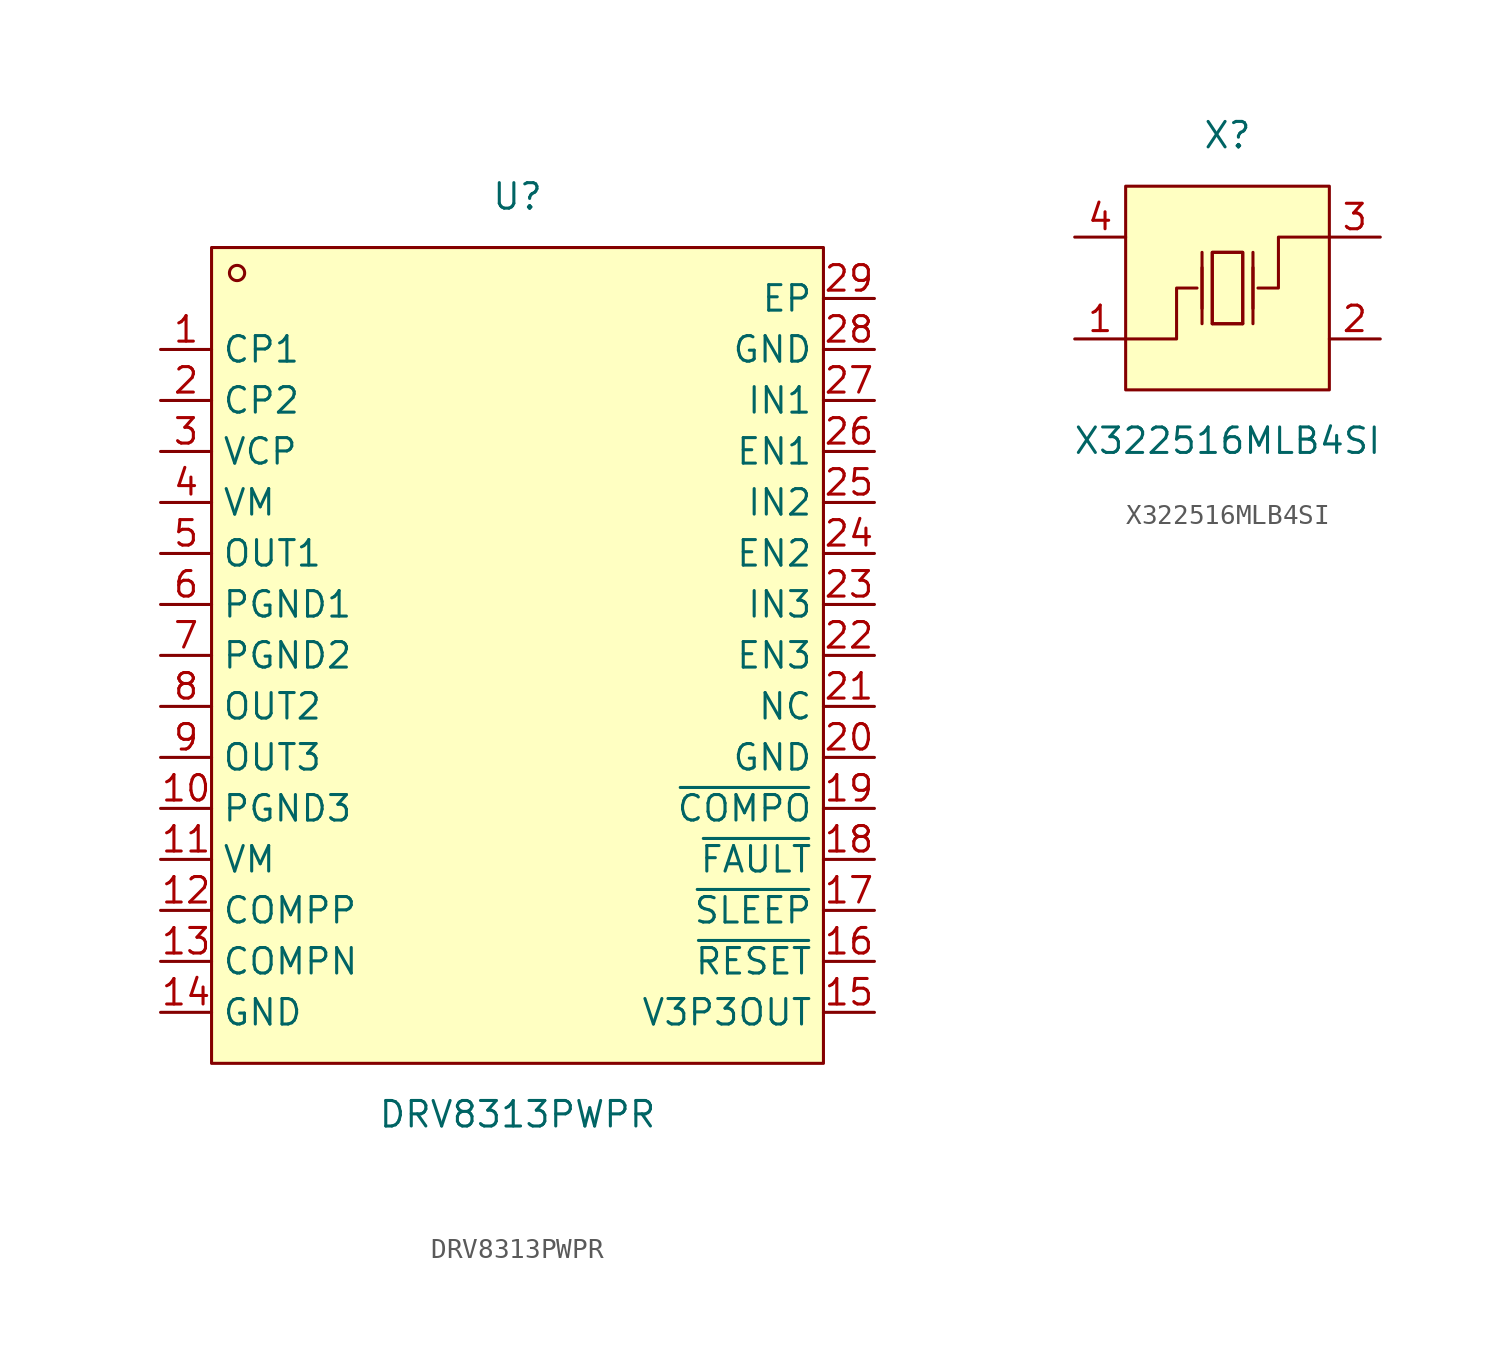
<source format=kicad_sym>
(kicad_symbol_lib
  (version 20220914)
  (generator https://github.com/uPesy/easyeda2kicad.py)
  (symbol "DRV8313PWPR"
    (property "Reference" "U"
      (at 0 22.86 0)
      (effects (font (size 1.27 1.27))))
    (property "Value" "DRV8313PWPR"
      (at 0 -22.86 0)
      (effects (font (size 1.27 1.27))))
    (symbol "DRV8313PWPR_0_1"
      (rectangle (start -15.24 20.32) (end 15.24 -20.32) (stroke (width 0) (type default) (color 0 0 0 0)) (fill (type background)))
      (circle (center -13.97 19.05) (radius 0.38) (stroke (width 0) (type default) (color 0 0 0 0)) (fill (type none)))
      (pin unspecified line (at -17.78 15.24 0) (length 2.54) (name "CP1" (effects (font (size 1.27 1.27)))) (number "1" (effects (font (size 1.27 1.27)))))
      (pin unspecified line (at -17.78 12.70 0) (length 2.54) (name "CP2" (effects (font (size 1.27 1.27)))) (number "2" (effects (font (size 1.27 1.27)))))
      (pin unspecified line (at -17.78 10.16 0) (length 2.54) (name "VCP" (effects (font (size 1.27 1.27)))) (number "3" (effects (font (size 1.27 1.27)))))
      (pin unspecified line (at -17.78 7.62 0) (length 2.54) (name "VM" (effects (font (size 1.27 1.27)))) (number "4" (effects (font (size 1.27 1.27)))))
      (pin unspecified line (at -17.78 5.08 0) (length 2.54) (name "OUT1" (effects (font (size 1.27 1.27)))) (number "5" (effects (font (size 1.27 1.27)))))
      (pin unspecified line (at -17.78 2.54 0) (length 2.54) (name "PGND1" (effects (font (size 1.27 1.27)))) (number "6" (effects (font (size 1.27 1.27)))))
      (pin unspecified line (at -17.78 -0.00 0) (length 2.54) (name "PGND2" (effects (font (size 1.27 1.27)))) (number "7" (effects (font (size 1.27 1.27)))))
      (pin unspecified line (at -17.78 -2.54 0) (length 2.54) (name "OUT2" (effects (font (size 1.27 1.27)))) (number "8" (effects (font (size 1.27 1.27)))))
      (pin unspecified line (at -17.78 -5.08 0) (length 2.54) (name "OUT3" (effects (font (size 1.27 1.27)))) (number "9" (effects (font (size 1.27 1.27)))))
      (pin unspecified line (at -17.78 -7.62 0) (length 2.54) (name "PGND3" (effects (font (size 1.27 1.27)))) (number "10" (effects (font (size 1.27 1.27)))))
      (pin unspecified line (at -17.78 -10.16 0) (length 2.54) (name "VM" (effects (font (size 1.27 1.27)))) (number "11" (effects (font (size 1.27 1.27)))))
      (pin unspecified line (at -17.78 -12.70 0) (length 2.54) (name "COMPP" (effects (font (size 1.27 1.27)))) (number "12" (effects (font (size 1.27 1.27)))))
      (pin unspecified line (at -17.78 -15.24 0) (length 2.54) (name "COMPN" (effects (font (size 1.27 1.27)))) (number "13" (effects (font (size 1.27 1.27)))))
      (pin unspecified line (at -17.78 -17.78 0) (length 2.54) (name "GND" (effects (font (size 1.27 1.27)))) (number "14" (effects (font (size 1.27 1.27)))))
      (pin unspecified line (at 17.78 -17.78 180) (length 2.54) (name "V3P3OUT" (effects (font (size 1.27 1.27)))) (number "15" (effects (font (size 1.27 1.27)))))
      (pin unspecified line (at 17.78 -15.24 180) (length 2.54) (name "~{RESET}" (effects (font (size 1.27 1.27)))) (number "16" (effects (font (size 1.27 1.27)))))
      (pin unspecified line (at 17.78 -12.70 180) (length 2.54) (name "~{SLEEP}" (effects (font (size 1.27 1.27)))) (number "17" (effects (font (size 1.27 1.27)))))
      (pin unspecified line (at 17.78 -10.16 180) (length 2.54) (name "~{FAULT}" (effects (font (size 1.27 1.27)))) (number "18" (effects (font (size 1.27 1.27)))))
      (pin unspecified line (at 17.78 -7.62 180) (length 2.54) (name "~{COMPO}" (effects (font (size 1.27 1.27)))) (number "19" (effects (font (size 1.27 1.27)))))
      (pin unspecified line (at 17.78 -5.08 180) (length 2.54) (name "GND" (effects (font (size 1.27 1.27)))) (number "20" (effects (font (size 1.27 1.27)))))
      (pin unspecified line (at 17.78 -2.54 180) (length 2.54) (name "NC" (effects (font (size 1.27 1.27)))) (number "21" (effects (font (size 1.27 1.27)))))
      (pin unspecified line (at 17.78 -0.00 180) (length 2.54) (name "EN3" (effects (font (size 1.27 1.27)))) (number "22" (effects (font (size 1.27 1.27)))))
      (pin unspecified line (at 17.78 2.54 180) (length 2.54) (name "IN3" (effects (font (size 1.27 1.27)))) (number "23" (effects (font (size 1.27 1.27)))))
      (pin unspecified line (at 17.78 5.08 180) (length 2.54) (name "EN2" (effects (font (size 1.27 1.27)))) (number "24" (effects (font (size 1.27 1.27)))))
      (pin unspecified line (at 17.78 7.62 180) (length 2.54) (name "IN2" (effects (font (size 1.27 1.27)))) (number "25" (effects (font (size 1.27 1.27)))))
      (pin unspecified line (at 17.78 10.16 180) (length 2.54) (name "EN1" (effects (font (size 1.27 1.27)))) (number "26" (effects (font (size 1.27 1.27)))))
      (pin unspecified line (at 17.78 12.70 180) (length 2.54) (name "IN1" (effects (font (size 1.27 1.27)))) (number "27" (effects (font (size 1.27 1.27)))))
      (pin unspecified line (at 17.78 15.24 180) (length 2.54) (name "GND" (effects (font (size 1.27 1.27)))) (number "28" (effects (font (size 1.27 1.27)))))
      (pin unspecified line (at 17.78 17.78 180) (length 2.54) (name "EP" (effects (font (size 1.27 1.27)))) (number "29" (effects (font (size 1.27 1.27)))))))
  (symbol "X322516MLB4SI"
    (property "Reference" "X"
      (at 0 7.62 0)
      (effects (font (size 1.27 1.27))))
    (property "Value" "X322516MLB4SI"
      (at 0 -7.62 0)
      (effects (font (size 1.27 1.27))))
    (symbol "X322516MLB4SI_0_1"
      (rectangle (start -5.08 5.08) (end 5.08 -5.08) (stroke (width 0) (type default)) (fill (type background)))
      (polyline (pts (xy -1.27 -1.78) (xy -1.27 1.78)) (stroke (width 0) (type default)) (fill (type none)))
      (polyline (pts (xy -1.27 -1.02) (xy -1.27 1.02)) (stroke (width 0) (type default)) (fill (type none)))
      (polyline (pts (xy 0.76 -1.78) (xy -0.76 -1.78)) (stroke (width 0) (type default)) (fill (type none)))
      (polyline (pts (xy 1.27 -1.78) (xy 1.27 1.78)) (stroke (width 0) (type default)) (fill (type none)))
      (polyline (pts (xy 1.27 -1.02) (xy 1.27 1.02)) (stroke (width 0) (type default)) (fill (type none)))
      (polyline (pts (xy -5.08 -2.54) (xy -2.54 -2.54) (xy -2.54 0) (xy -1.52 0)) (stroke (width 0) (type default)) (fill (type none)))
      (polyline (pts (xy -0.76 -1.78) (xy -0.76 1.78) (xy 0.76 1.78) (xy 0.76 -1.78)) (stroke (width 0) (type default)) (fill (type none)))
      (polyline (pts (xy 5.08 2.54) (xy 2.54 2.54) (xy 2.54 0) (xy 1.52 0)) (stroke (width 0) (type default)) (fill (type none)))
      (polyline (pts (xy 0.76 1.78) (xy 0.76 -1.78) (xy -0.76 -1.78) (xy -0.76 1.78) (xy 0.76 1.78)) (stroke (width 0) (type default)) (fill (type background))))
    (symbol "X322516MLB4SI_1_1"
      (pin unspecified line (at -7.62 -2.54 0) (length 2.54) (name "" (effects (font (size 1.27 1.27)))) (number "1" (effects (font (size 1.27 1.27)))))
      (pin unspecified line (at 7.62 -2.54 180) (length 2.54) (name "" (effects (font (size 1.27 1.27)))) (number "2" (effects (font (size 1.27 1.27)))))
      (pin unspecified line (at 7.62 2.54 180) (length 2.54) (name "" (effects (font (size 1.27 1.27)))) (number "3" (effects (font (size 1.27 1.27)))))
      (pin unspecified line (at -7.62 2.54 0) (length 2.54) (name "" (effects (font (size 1.27 1.27)))) (number "4" (effects (font (size 1.27 1.27))))))))
</source>
